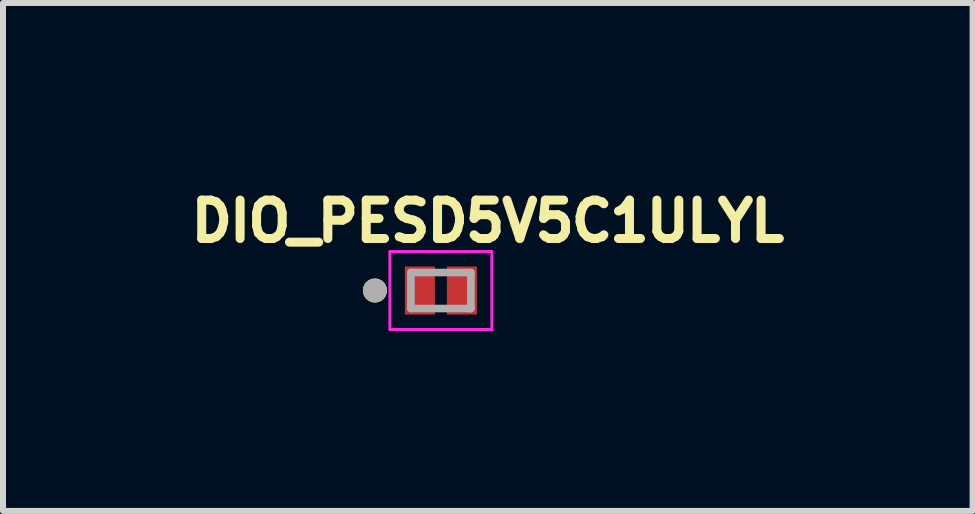
<source format=kicad_pcb>
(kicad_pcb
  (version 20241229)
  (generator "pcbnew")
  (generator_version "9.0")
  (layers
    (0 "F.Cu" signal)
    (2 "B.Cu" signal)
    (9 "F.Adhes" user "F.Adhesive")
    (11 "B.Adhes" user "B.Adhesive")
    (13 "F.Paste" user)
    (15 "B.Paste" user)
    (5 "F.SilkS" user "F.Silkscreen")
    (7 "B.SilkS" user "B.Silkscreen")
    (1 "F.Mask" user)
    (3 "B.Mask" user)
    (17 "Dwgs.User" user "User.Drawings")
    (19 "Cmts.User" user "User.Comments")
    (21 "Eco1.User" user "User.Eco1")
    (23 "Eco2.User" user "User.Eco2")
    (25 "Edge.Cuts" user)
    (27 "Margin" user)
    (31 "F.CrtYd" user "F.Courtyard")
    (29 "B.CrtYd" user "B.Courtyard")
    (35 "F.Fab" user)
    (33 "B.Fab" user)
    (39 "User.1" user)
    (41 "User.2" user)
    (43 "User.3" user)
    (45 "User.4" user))
  (footprint "DIO_PESD5V5C1ULYL"
    (layer "F.Cu")
    (at 4.301 1.794)
    (property "Reference" "DIO_PESD5V5C1ULYL" (at 0.782 -1.156 0) (layer "F.SilkS") (effects (font (size 0.64 0.64) (thickness 0.15))))
    (attr smd)
    (fp_poly (pts (xy -0.15 -0.3) (xy -0.15 0.3) (xy -0.15 0.303) (xy -0.15 0.305) (xy -0.151 0.308) (xy -0.151 0.31) (xy -0.152 0.313) (xy -0.152 0.315) (xy -0.153 0.318) (xy -0.154 0.32) (xy -0.155 0.323) (xy -0.157 0.325) (xy -0.158 0.327) (xy -0.16 0.329) (xy -0.161 0.331) (xy -0.163 0.333) (xy -0.165 0.335) (xy -0.167 0.337) (xy -0.169 0.339) (xy -0.171 0.34) (xy -0.173 0.342) (xy -0.175 0.343) (xy -0.177 0.345) (xy -0.18 0.346) (xy -0.182 0.347) (xy -0.185 0.348) (xy -0.187 0.348) (xy -0.19 0.349) (xy -0.192 0.349) (xy -0.195 0.35) (xy -0.197 0.35) (xy -0.2 0.35) (xy -0.5 0.35) (xy -0.503 0.35) (xy -0.505 0.35) (xy -0.508 0.349) (xy -0.51 0.349) (xy -0.513 0.348) (xy -0.515 0.348) (xy -0.518 0.347) (xy -0.52 0.346) (xy -0.523 0.345) (xy -0.525 0.343) (xy -0.527 0.342) (xy -0.529 0.34) (xy -0.531 0.339) (xy -0.533 0.337) (xy -0.535 0.335) (xy -0.537 0.333) (xy -0.539 0.331) (xy -0.54 0.329) (xy -0.542 0.327) (xy -0.543 0.325) (xy -0.545 0.323) (xy -0.546 0.32) (xy -0.547 0.318) (xy -0.548 0.315) (xy -0.548 0.313) (xy -0.549 0.31) (xy -0.549 0.308) (xy -0.55 0.305) (xy -0.55 0.303) (xy -0.55 0.3) (xy -0.55 -0.3) (xy -0.55 -0.303) (xy -0.55 -0.305) (xy -0.549 -0.308) (xy -0.549 -0.31) (xy -0.548 -0.313) (xy -0.548 -0.315) (xy -0.547 -0.318) (xy -0.546 -0.32) (xy -0.545 -0.323) (xy -0.543 -0.325) (xy -0.542 -0.327) (xy -0.54 -0.329) (xy -0.539 -0.331) (xy -0.537 -0.333) (xy -0.535 -0.335) (xy -0.533 -0.337) (xy -0.531 -0.339) (xy -0.529 -0.34) (xy -0.527 -0.342) (xy -0.525 -0.343) (xy -0.523 -0.345) (xy -0.52 -0.346) (xy -0.518 -0.347) (xy -0.515 -0.348) (xy -0.513 -0.348) (xy -0.51 -0.349) (xy -0.508 -0.349) (xy -0.505 -0.35) (xy -0.503 -0.35) (xy -0.5 -0.35) (xy -0.2 -0.35) (xy -0.197 -0.35) (xy -0.195 -0.35) (xy -0.192 -0.349) (xy -0.19 -0.349) (xy -0.187 -0.348) (xy -0.185 -0.348) (xy -0.182 -0.347) (xy -0.18 -0.346) (xy -0.177 -0.345) (xy -0.175 -0.343) (xy -0.173 -0.342) (xy -0.171 -0.34) (xy -0.169 -0.339) (xy -0.167 -0.337) (xy -0.165 -0.335) (xy -0.163 -0.333) (xy -0.161 -0.331) (xy -0.16 -0.329) (xy -0.158 -0.327) (xy -0.157 -0.325) (xy -0.155 -0.323) (xy -0.154 -0.32) (xy -0.153 -0.318) (xy -0.152 -0.315) (xy -0.152 -0.313) (xy -0.151 -0.31) (xy -0.151 -0.308) (xy -0.15 -0.305) (xy -0.15 -0.303) (xy -0.15 -0.3)) (stroke (width 0.01) (type solid)) (fill yes) (layer "F.Mask"))
    (fp_poly (pts (xy 0.55 -0.3) (xy 0.55 0.3) (xy 0.55 0.303) (xy 0.55 0.305) (xy 0.549 0.308) (xy 0.549 0.31) (xy 0.548 0.313) (xy 0.548 0.315) (xy 0.547 0.318) (xy 0.546 0.32) (xy 0.545 0.323) (xy 0.543 0.325) (xy 0.542 0.327) (xy 0.54 0.329) (xy 0.539 0.331) (xy 0.537 0.333) (xy 0.535 0.335) (xy 0.533 0.337) (xy 0.531 0.339) (xy 0.529 0.34) (xy 0.527 0.342) (xy 0.525 0.343) (xy 0.523 0.345) (xy 0.52 0.346) (xy 0.518 0.347) (xy 0.515 0.348) (xy 0.513 0.348) (xy 0.51 0.349) (xy 0.508 0.349) (xy 0.505 0.35) (xy 0.503 0.35) (xy 0.5 0.35) (xy 0.2 0.35) (xy 0.197 0.35) (xy 0.195 0.35) (xy 0.192 0.349) (xy 0.19 0.349) (xy 0.187 0.348) (xy 0.185 0.348) (xy 0.182 0.347) (xy 0.18 0.346) (xy 0.177 0.345) (xy 0.175 0.343) (xy 0.173 0.342) (xy 0.171 0.34) (xy 0.169 0.339) (xy 0.167 0.337) (xy 0.165 0.335) (xy 0.163 0.333) (xy 0.161 0.331) (xy 0.16 0.329) (xy 0.158 0.327) (xy 0.157 0.325) (xy 0.155 0.323) (xy 0.154 0.32) (xy 0.153 0.318) (xy 0.152 0.315) (xy 0.152 0.313) (xy 0.151 0.31) (xy 0.151 0.308) (xy 0.15 0.305) (xy 0.15 0.303) (xy 0.15 0.3) (xy 0.15 -0.3) (xy 0.15 -0.303) (xy 0.15 -0.305) (xy 0.151 -0.308) (xy 0.151 -0.31) (xy 0.152 -0.313) (xy 0.152 -0.315) (xy 0.153 -0.318) (xy 0.154 -0.32) (xy 0.155 -0.323) (xy 0.157 -0.325) (xy 0.158 -0.327) (xy 0.16 -0.329) (xy 0.161 -0.331) (xy 0.163 -0.333) (xy 0.165 -0.335) (xy 0.167 -0.337) (xy 0.169 -0.339) (xy 0.171 -0.34) (xy 0.173 -0.342) (xy 0.175 -0.343) (xy 0.177 -0.345) (xy 0.18 -0.346) (xy 0.182 -0.347) (xy 0.185 -0.348) (xy 0.187 -0.348) (xy 0.19 -0.349) (xy 0.192 -0.349) (xy 0.195 -0.35) (xy 0.197 -0.35) (xy 0.2 -0.35) (xy 0.5 -0.35) (xy 0.503 -0.35) (xy 0.505 -0.35) (xy 0.508 -0.349) (xy 0.51 -0.349) (xy 0.513 -0.348) (xy 0.515 -0.348) (xy 0.518 -0.347) (xy 0.52 -0.346) (xy 0.523 -0.345) (xy 0.525 -0.343) (xy 0.527 -0.342) (xy 0.529 -0.34) (xy 0.531 -0.339) (xy 0.533 -0.337) (xy 0.535 -0.335) (xy 0.537 -0.333) (xy 0.539 -0.331) (xy 0.54 -0.329) (xy 0.542 -0.327) (xy 0.543 -0.325) (xy 0.545 -0.323) (xy 0.546 -0.32) (xy 0.547 -0.318) (xy 0.548 -0.315) (xy 0.548 -0.313) (xy 0.549 -0.31) (xy 0.549 -0.308) (xy 0.55 -0.305) (xy 0.55 -0.303) (xy 0.55 -0.3)) (stroke (width 0.01) (type solid)) (fill yes) (layer "F.Mask"))
    (fp_circle (center -1.1 0) (end -1 0) (stroke (width 0.2) (type solid)) (fill no) (layer "F.SilkS"))
    (fp_poly (pts (xy -0.5 -0.3) (xy -0.2 -0.3) (xy -0.2 0.3) (xy -0.5 0.3)) (stroke (width 0.01) (type solid)) (fill yes) (layer "F.Paste"))
    (fp_poly (pts (xy 0.2 -0.3) (xy 0.5 -0.3) (xy 0.5 0.3) (xy 0.2 0.3)) (stroke (width 0.01) (type solid)) (fill yes) (layer "F.Paste"))
    (fp_line (start -0.85 -0.65) (end 0.85 -0.65) (stroke (width 0.05) (type solid)) (layer "F.CrtYd"))
    (fp_line (start -0.85 0.65) (end -0.85 -0.65) (stroke (width 0.05) (type solid)) (layer "F.CrtYd"))
    (fp_line (start 0.85 -0.65) (end 0.85 0.65) (stroke (width 0.05) (type solid)) (layer "F.CrtYd"))
    (fp_line (start 0.85 0.65) (end -0.85 0.65) (stroke (width 0.05) (type solid)) (layer "F.CrtYd"))
    (fp_line (start -0.5 -0.3) (end 0.5 -0.3) (stroke (width 0.127) (type solid)) (layer "F.Fab"))
    (fp_line (start -0.5 0.3) (end -0.5 -0.3) (stroke (width 0.127) (type solid)) (layer "F.Fab"))
    (fp_line (start 0.5 -0.3) (end 0.5 0.3) (stroke (width 0.127) (type solid)) (layer "F.Fab"))
    (fp_line (start 0.5 0.3) (end -0.5 0.3) (stroke (width 0.127) (type solid)) (layer "F.Fab"))
    (fp_circle (center -1.1 0) (end -1 0) (stroke (width 0.2) (type solid)) (fill no) (layer "F.Fab"))
    (pad "A" smd rect (at 0.35 0) (size 0.5 0.8) (layers "F.Cu"))
    (pad "K" smd rect (at -0.35 0) (size 0.5 0.8) (layers "F.Cu")))
  (gr_rect
    (start -3 -3)
    (end 13.166 5.469)
    (stroke (width 0.1) (type default))
    (fill no)
    (layer "Edge.Cuts")))
</source>
